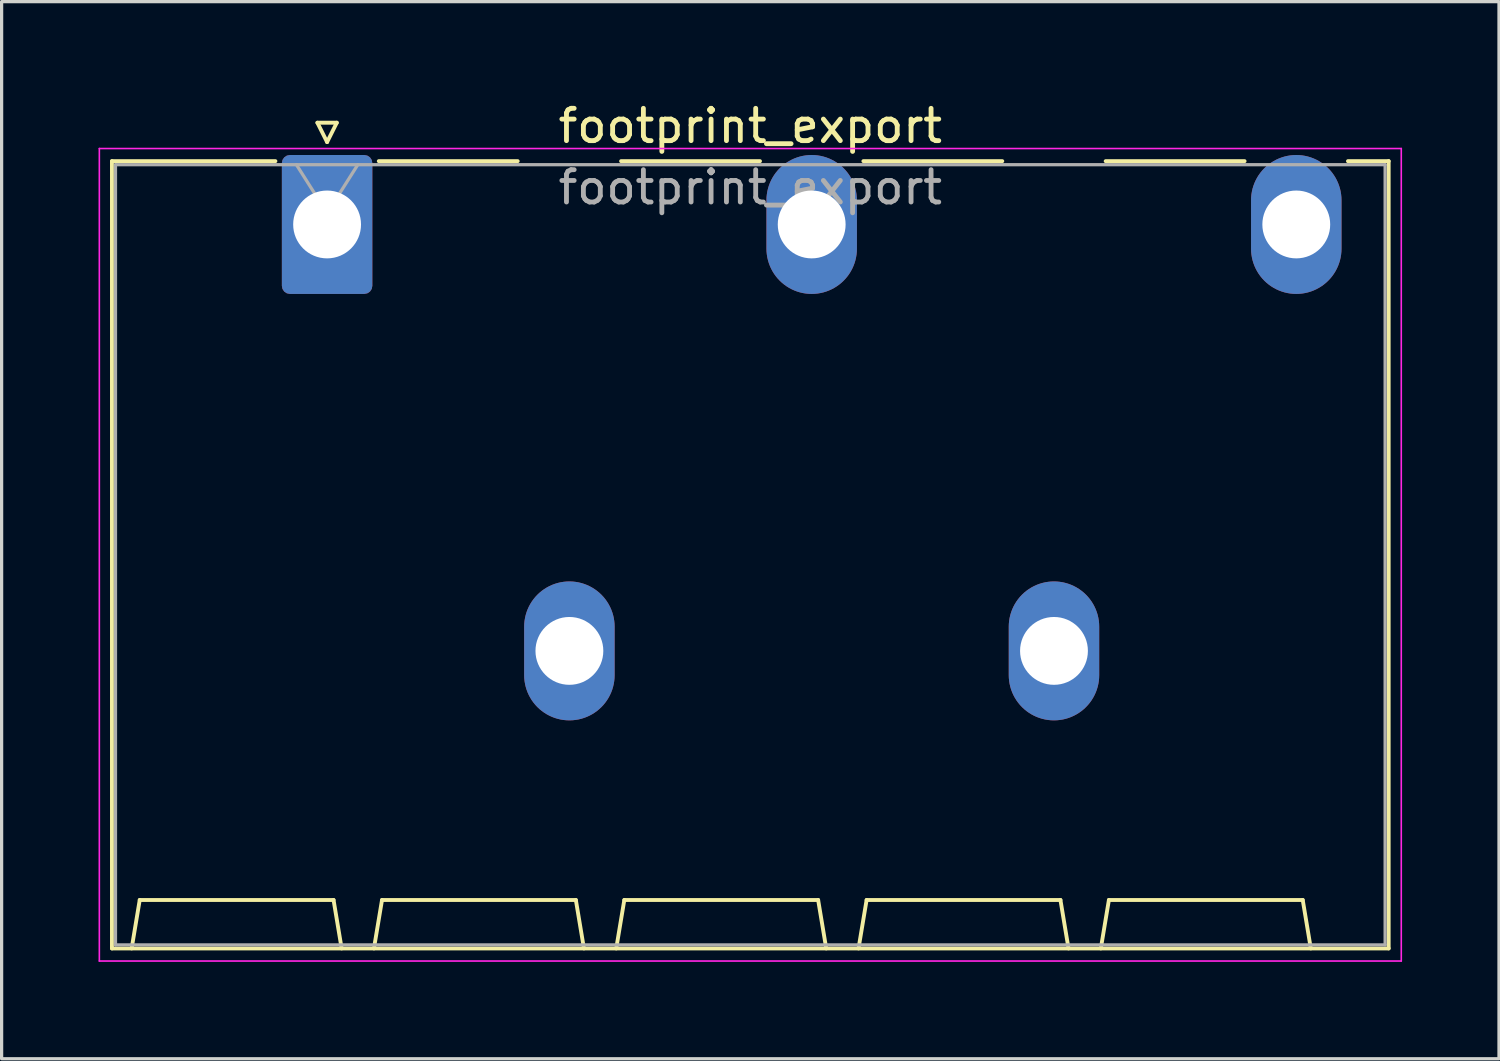
<source format=kicad_pcb>
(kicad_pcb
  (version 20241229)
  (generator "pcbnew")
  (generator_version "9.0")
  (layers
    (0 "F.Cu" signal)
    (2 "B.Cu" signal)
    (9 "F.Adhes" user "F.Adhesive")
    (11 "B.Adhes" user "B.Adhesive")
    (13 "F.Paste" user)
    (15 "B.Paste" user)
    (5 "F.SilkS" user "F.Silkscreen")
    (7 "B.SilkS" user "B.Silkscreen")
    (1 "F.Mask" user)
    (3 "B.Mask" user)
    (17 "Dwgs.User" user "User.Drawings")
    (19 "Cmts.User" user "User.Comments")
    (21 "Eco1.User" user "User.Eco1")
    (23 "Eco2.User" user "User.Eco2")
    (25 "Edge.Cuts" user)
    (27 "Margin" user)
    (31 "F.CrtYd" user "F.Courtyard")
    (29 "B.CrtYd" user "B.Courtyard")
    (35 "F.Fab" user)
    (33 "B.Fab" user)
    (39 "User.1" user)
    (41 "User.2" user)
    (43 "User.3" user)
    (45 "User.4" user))
  (footprint "footprint_export"
    (layer "F.Cu")
    (at 7.075 3.898)
    (property "Reference" "footprint_export" (at 13.1 -3.05 0) (layer "F.SilkS") (effects (font (size 1 1) (thickness 0.15))))
    (attr through_hole)
    (fp_line (start -6.66 -1.96) (end -1.6 -1.96) (stroke (width 0.12) (type solid)) (layer "F.SilkS"))
    (fp_line (start -6.66 22.41) (end -6.66 -1.96) (stroke (width 0.12) (type solid)) (layer "F.SilkS"))
    (fp_line (start -6.05 22.41) (end -5.8 20.91) (stroke (width 0.12) (type solid)) (layer "F.SilkS"))
    (fp_line (start -5.8 20.91) (end 0.2 20.91) (stroke (width 0.12) (type solid)) (layer "F.SilkS"))
    (fp_line (start -0.3 -3.15) (end 0 -2.55) (stroke (width 0.12) (type solid)) (layer "F.SilkS"))
    (fp_line (start -0.3 -3.15) (end 0.3 -3.15) (stroke (width 0.12) (type solid)) (layer "F.SilkS"))
    (fp_line (start 0.3 -3.15) (end 0 -2.55) (stroke (width 0.12) (type solid)) (layer "F.SilkS"))
    (fp_line (start 0.45 22.41) (end 0.2 20.91) (stroke (width 0.12) (type solid)) (layer "F.SilkS"))
    (fp_line (start 1.45 22.41) (end 1.7 20.91) (stroke (width 0.12) (type solid)) (layer "F.SilkS"))
    (fp_line (start 1.6 -1.96) (end 5.9 -1.96) (stroke (width 0.12) (type solid)) (layer "F.SilkS"))
    (fp_line (start 1.7 20.91) (end 7.7 20.91) (stroke (width 0.12) (type solid)) (layer "F.SilkS"))
    (fp_line (start 7.95 22.41) (end 7.7 20.91) (stroke (width 0.12) (type solid)) (layer "F.SilkS"))
    (fp_line (start 8.95 22.41) (end 9.2 20.91) (stroke (width 0.12) (type solid)) (layer "F.SilkS"))
    (fp_line (start 9.1 -1.96) (end 13.4 -1.96) (stroke (width 0.12) (type solid)) (layer "F.SilkS"))
    (fp_line (start 9.2 20.91) (end 15.2 20.91) (stroke (width 0.12) (type solid)) (layer "F.SilkS"))
    (fp_line (start 15.45 22.41) (end 15.2 20.91) (stroke (width 0.12) (type solid)) (layer "F.SilkS"))
    (fp_line (start 16.45 22.41) (end 16.7 20.91) (stroke (width 0.12) (type solid)) (layer "F.SilkS"))
    (fp_line (start 16.6 -1.96) (end 20.9 -1.96) (stroke (width 0.12) (type solid)) (layer "F.SilkS"))
    (fp_line (start 16.7 20.91) (end 22.7 20.91) (stroke (width 0.12) (type solid)) (layer "F.SilkS"))
    (fp_line (start 22.95 22.41) (end 22.7 20.91) (stroke (width 0.12) (type solid)) (layer "F.SilkS"))
    (fp_line (start 23.95 22.41) (end 24.2 20.91) (stroke (width 0.12) (type solid)) (layer "F.SilkS"))
    (fp_line (start 24.1 -1.96) (end 28.4 -1.96) (stroke (width 0.12) (type solid)) (layer "F.SilkS"))
    (fp_line (start 24.2 20.91) (end 30.2 20.91) (stroke (width 0.12) (type solid)) (layer "F.SilkS"))
    (fp_line (start 30.45 22.41) (end 30.2 20.91) (stroke (width 0.12) (type solid)) (layer "F.SilkS"))
    (fp_line (start 31.6 -1.96) (end 32.86 -1.96) (stroke (width 0.12) (type solid)) (layer "F.SilkS"))
    (fp_line (start 32.86 -1.96) (end 32.86 22.41) (stroke (width 0.12) (type solid)) (layer "F.SilkS"))
    (fp_line (start 32.86 22.41) (end -6.66 22.41) (stroke (width 0.12) (type solid)) (layer "F.SilkS"))
    (fp_line (start -7.05 -2.35) (end -7.05 22.8) (stroke (width 0.05) (type solid)) (layer "F.CrtYd"))
    (fp_line (start -7.05 22.8) (end 33.25 22.8) (stroke (width 0.05) (type solid)) (layer "F.CrtYd"))
    (fp_line (start 33.25 -2.35) (end -7.05 -2.35) (stroke (width 0.05) (type solid)) (layer "F.CrtYd"))
    (fp_line (start 33.25 22.8) (end 33.25 -2.35) (stroke (width 0.05) (type solid)) (layer "F.CrtYd"))
    (fp_line (start -6.55 -1.85) (end -6.55 22.3) (stroke (width 0.1) (type solid)) (layer "F.Fab"))
    (fp_line (start -6.55 22.3) (end 32.75 22.3) (stroke (width 0.1) (type solid)) (layer "F.Fab"))
    (fp_line (start -0.95 -1.85) (end 0 -0.35) (stroke (width 0.1) (type solid)) (layer "F.Fab"))
    (fp_line (start 0.95 -1.85) (end 0 -0.35) (stroke (width 0.1) (type solid)) (layer "F.Fab"))
    (fp_line (start 32.75 -1.85) (end -6.55 -1.85) (stroke (width 0.1) (type solid)) (layer "F.Fab"))
    (fp_line (start 32.75 22.3) (end 32.75 -1.85) (stroke (width 0.1) (type solid)) (layer "F.Fab"))
    (fp_text user "${REFERENCE}" (at 13.1 -1.15 0) (layer "F.Fab") (effects (font (size 1 1) (thickness 0.15))))
    (pad "1" thru_hole roundrect (at 0 0) (size 2.8 4.3) (drill 2.1) (layers "*.Cu" "*.Mask") (roundrect_rratio 0.089))
    (pad "2" thru_hole oval (at 7.5 13.2) (size 2.8 4.3) (drill 2.1) (layers "*.Cu" "*.Mask"))
    (pad "3" thru_hole oval (at 15 0) (size 2.8 4.3) (drill 2.1) (layers "*.Cu" "*.Mask"))
    (pad "4" thru_hole oval (at 22.5 13.2) (size 2.8 4.3) (drill 2.1) (layers "*.Cu" "*.Mask"))
    (pad "5" thru_hole oval (at 30 0) (size 2.8 4.3) (drill 2.1) (layers "*.Cu" "*.Mask")))
  (gr_rect
    (start -3 -3)
    (end 43.35 29.723)
    (stroke (width 0.1) (type default))
    (fill no)
    (layer "Edge.Cuts")))
</source>
